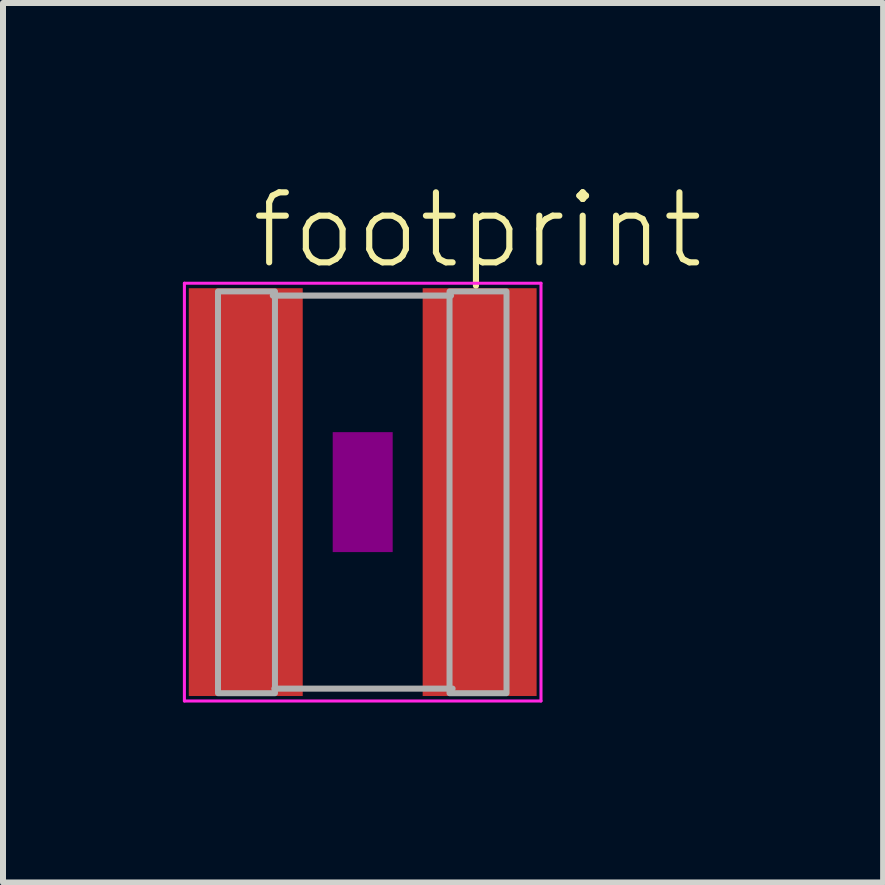
<source format=kicad_pcb>
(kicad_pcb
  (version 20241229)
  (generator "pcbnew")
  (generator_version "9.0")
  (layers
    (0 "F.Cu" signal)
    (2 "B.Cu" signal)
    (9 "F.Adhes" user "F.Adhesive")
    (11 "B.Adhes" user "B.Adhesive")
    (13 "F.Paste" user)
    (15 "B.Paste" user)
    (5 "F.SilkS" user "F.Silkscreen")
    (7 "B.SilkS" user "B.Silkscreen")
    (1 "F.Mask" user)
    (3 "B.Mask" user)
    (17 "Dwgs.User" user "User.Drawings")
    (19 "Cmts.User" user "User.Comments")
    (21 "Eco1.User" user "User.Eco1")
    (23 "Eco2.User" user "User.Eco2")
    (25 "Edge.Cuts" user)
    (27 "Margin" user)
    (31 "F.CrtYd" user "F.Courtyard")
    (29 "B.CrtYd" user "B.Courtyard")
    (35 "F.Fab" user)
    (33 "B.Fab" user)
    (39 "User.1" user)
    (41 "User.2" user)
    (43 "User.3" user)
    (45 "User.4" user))
  (footprint "footprint"
    (layer "F.Cu")
    (at 2.998 5.156)
    (property "Reference" "footprint" (at -1.905 -3.683 0) (layer "F.SilkS") (effects (font (size 1.168 1.168) (thickness 0.102)) (justify left bottom)))
    (fp_poly (pts (xy -0.5 1) (xy 0.5 1) (xy 0.5 -1) (xy -0.5 -1)) (stroke (width 0) (type solid)) (fill yes) (layer "F.Adhes"))
    (fp_line (start -2.973 -3.483) (end 2.973 -3.483) (stroke (width 0.051) (type solid)) (layer "F.CrtYd"))
    (fp_line (start -2.973 3.483) (end -2.973 -3.483) (stroke (width 0.051) (type solid)) (layer "F.CrtYd"))
    (fp_line (start 2.973 -3.483) (end 2.973 3.483) (stroke (width 0.051) (type solid)) (layer "F.CrtYd"))
    (fp_line (start 2.973 3.483) (end -2.973 3.483) (stroke (width 0.051) (type solid)) (layer "F.CrtYd"))
    (fp_line (start -1.499 -3.277) (end 1.473 -3.277) (stroke (width 0.102) (type solid)) (layer "F.Fab"))
    (fp_line (start -1.473 3.277) (end 1.499 3.277) (stroke (width 0.102) (type solid)) (layer "F.Fab"))
    (fp_poly (pts (xy -2.413 3.353) (xy -1.463 3.353) (xy -1.463 -3.347) (xy -2.413 -3.347)) (stroke (width 0.1) (type solid)) (fill no) (layer "F.Fab"))
    (fp_poly (pts (xy 1.448 3.353) (xy 2.398 3.353) (xy 2.398 -3.347) (xy 1.448 -3.347)) (stroke (width 0.1) (type solid)) (fill no) (layer "F.Fab"))
    (pad "1" smd rect (at -1.95 0) (size 1.9 6.8) (layers "F.Cu" "F.Mask" "F.Paste"))
    (pad "2" smd rect (at 1.95 0) (size 1.9 6.8) (layers "F.Cu" "F.Mask" "F.Paste")))
  (gr_rect
    (start -3 -3)
    (end 11.676 11.665)
    (stroke (width 0.1) (type default))
    (fill no)
    (layer "Edge.Cuts")))
</source>
